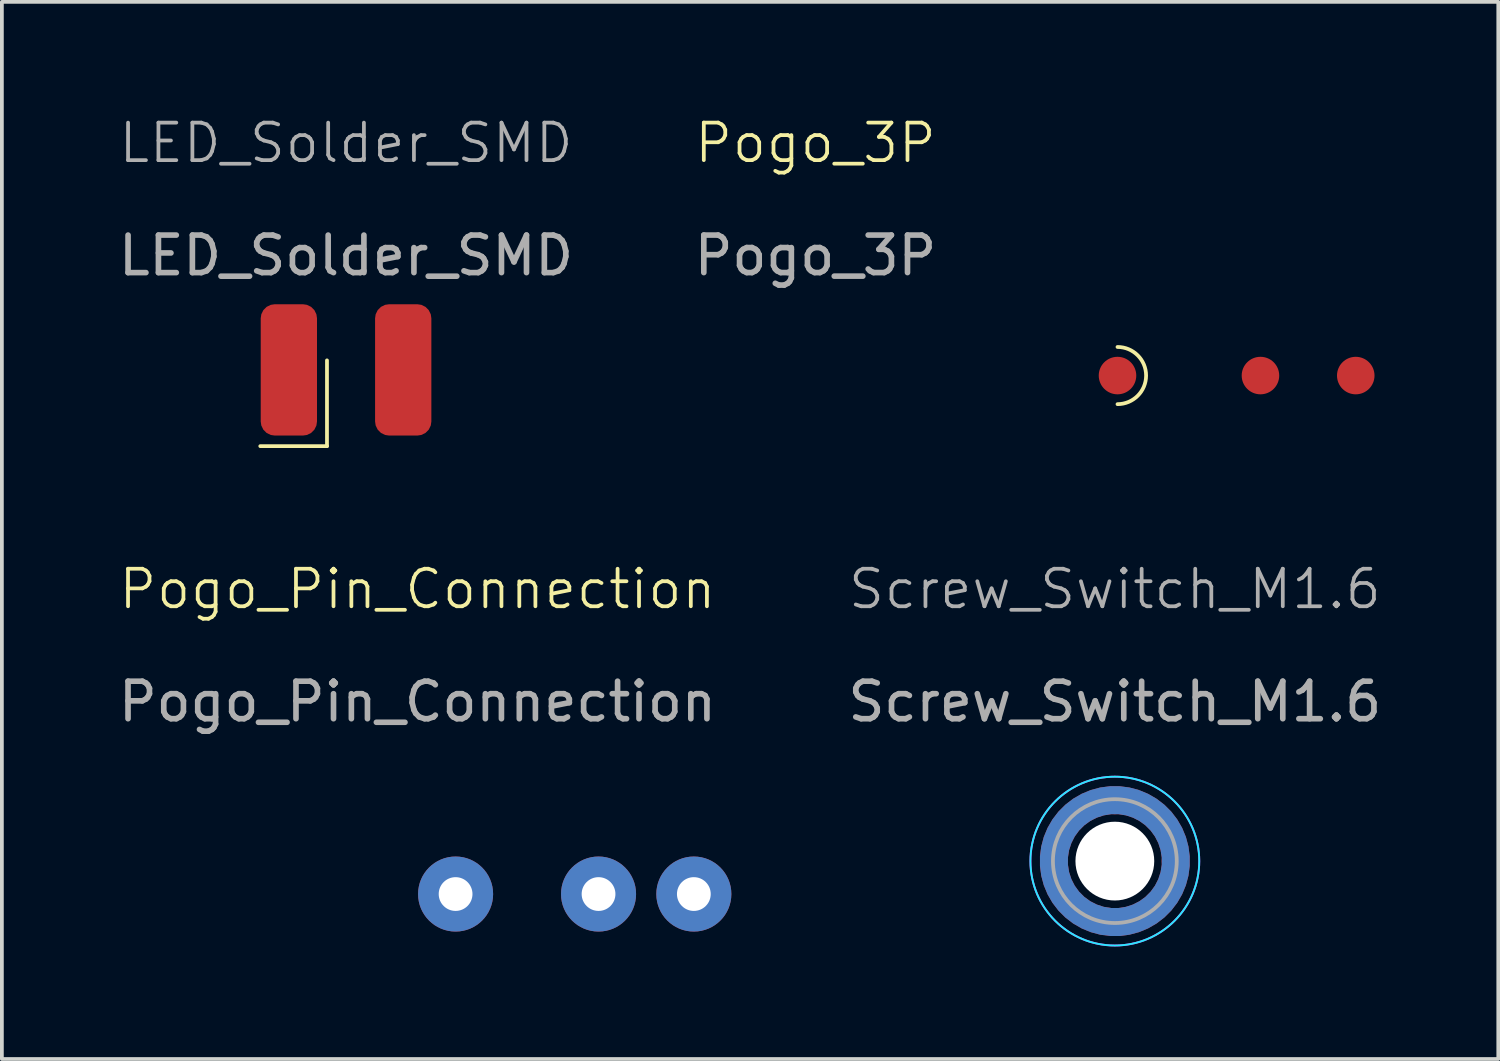
<source format=kicad_pcb>
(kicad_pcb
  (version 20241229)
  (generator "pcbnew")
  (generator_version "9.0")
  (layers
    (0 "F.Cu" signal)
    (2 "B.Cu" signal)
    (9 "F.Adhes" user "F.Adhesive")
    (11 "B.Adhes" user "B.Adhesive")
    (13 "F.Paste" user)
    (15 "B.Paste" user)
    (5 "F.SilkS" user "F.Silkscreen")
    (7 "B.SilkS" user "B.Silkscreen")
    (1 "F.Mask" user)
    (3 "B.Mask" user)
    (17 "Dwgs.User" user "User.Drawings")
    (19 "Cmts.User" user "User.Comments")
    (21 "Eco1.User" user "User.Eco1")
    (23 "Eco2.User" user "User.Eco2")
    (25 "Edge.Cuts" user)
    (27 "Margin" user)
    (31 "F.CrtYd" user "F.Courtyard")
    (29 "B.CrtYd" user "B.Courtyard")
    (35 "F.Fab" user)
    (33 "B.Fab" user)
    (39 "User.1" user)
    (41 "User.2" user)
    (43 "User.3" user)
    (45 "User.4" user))
  (footprint "LED_Solder_SMD"
    (layer "F.Cu")
    (at 4.649 6.809)
    (property "Reference" "LED_Solder_SMD" (at 1.524 -6.048 0) (unlocked yes) (layer "F.Fab") (effects (font (size 1 1) (thickness 0.1))))
    (attr smd)
    (fp_line (start -0.762 2.032) (end 1.016 2.032) (stroke (width 0.1) (type default)) (layer "F.SilkS"))
    (fp_line (start 1.016 2.032) (end 1.016 -0.254) (stroke (width 0.1) (type default)) (layer "F.SilkS"))
    (fp_text user "${REFERENCE}" (at 1.524 -3.048 0) (unlocked yes) (layer "F.Fab") (effects (font (size 1 1) (thickness 0.15))))
    (pad "1" smd roundrect (at 0 0 180) (size 1.5 3.5) (layers "F.Cu" "F.Mask") (roundrect_rratio 0.25))
    (pad "2" smd roundrect (at 3.048 0 180) (size 1.5 3.5) (layers "F.Cu" "F.Mask") (roundrect_rratio 0.25)))
  (footprint "Screw_Switch_M1.6"
    (layer "F.Cu")
    (at 26.664 19.901)
    (property "Reference" "Screw_Switch_M1.6" (at 0 -7.25 0) (unlocked yes) (layer "F.Fab") (effects (font (size 1 1) (thickness 0.1))))
    (attr through_hole)
    (fp_circle (center 0 0) (end 2.25 0) (stroke (width 0.05) (type default)) (fill no) (layer "B.CrtYd"))
    (fp_circle (center 0 0) (end 2.25 0) (stroke (width 0.05) (type solid)) (fill no) (layer "F.CrtYd"))
    (fp_circle (center 0 0) (end 1.65 0) (stroke (width 0.1) (type solid)) (fill no) (layer "F.Fab"))
    (fp_text user "${REFERENCE}" (at 0 -4.25 0) (unlocked yes) (layer "F.Fab") (effects (font (size 1 1) (thickness 0.15))))
    (pad "" smd custom (at -1.061 -1.061 180) (size 0.4 0.4) (layers "F.Paste") (options (anchor circle)) (primitives (gr_arc (start 0.61266 -0.76066) (mid 0.142171 0.140671) (end -0.758572 0.612284) (width 0.2)) (gr_line (start 0.307 -0.761) (end 0.714 -0.761) (width 0.2)) (gr_line (start -0.759 0.307) (end -0.761 0.717) (width 0.2)) (gr_arc (start 0.714164 -0.76066) (mid 0.212264 0.212) (end -0.760292 0.714102) (width 0.2)) (gr_arc (start 0.510963 -0.76066) (mid 0.071561 0.06986) (end -0.758297 0.51051) (width 0.2)) (gr_arc (start 0.409034 -0.76066) (mid 0.000242 -0.000241) (end -0.759991 0.408897) (width 0.2)) (gr_arc (start 0.306819 -0.76066) (mid -0.070255 -0.071167) (end -0.759401 0.306542) (width 0.2))))
    (pad "" smd custom (at -1.061 1.061 270) (size 0.4 0.4) (layers "F.Paste") (options (anchor circle)) (primitives (gr_arc (start 0.61266 -0.76066) (mid 0.142171 0.140671) (end -0.758572 0.612284) (width 0.2)) (gr_line (start 0.307 -0.761) (end 0.714 -0.761) (width 0.2)) (gr_line (start -0.759 0.307) (end -0.761 0.717) (width 0.2)) (gr_arc (start 0.714164 -0.76066) (mid 0.212264 0.212) (end -0.760292 0.714102) (width 0.2)) (gr_arc (start 0.510963 -0.76066) (mid 0.071561 0.06986) (end -0.758297 0.51051) (width 0.2)) (gr_arc (start 0.409034 -0.76066) (mid 0.000242 -0.000241) (end -0.759991 0.408897) (width 0.2)) (gr_arc (start 0.306819 -0.76066) (mid -0.070255 -0.071167) (end -0.759401 0.306542) (width 0.2))))
    (pad "" np_thru_hole circle (at 0 0) (size 2.1 2.1) (drill 2.1) (layers "*.Cu" "*.Mask"))
    (pad "" smd custom (at 1.061 -1.061 90) (size 0.4 0.4) (layers "F.Paste") (options (anchor circle)) (primitives (gr_arc (start 0.61266 -0.76066) (mid 0.142171 0.140671) (end -0.758572 0.612284) (width 0.2)) (gr_line (start 0.307 -0.761) (end 0.714 -0.761) (width 0.2)) (gr_line (start -0.759 0.307) (end -0.761 0.717) (width 0.2)) (gr_arc (start 0.714164 -0.76066) (mid 0.212264 0.212) (end -0.760292 0.714102) (width 0.2)) (gr_arc (start 0.510963 -0.76066) (mid 0.071561 0.06986) (end -0.758297 0.51051) (width 0.2)) (gr_arc (start 0.409034 -0.76066) (mid 0.000242 -0.000241) (end -0.759991 0.408897) (width 0.2)) (gr_arc (start 0.306819 -0.76066) (mid -0.070255 -0.071167) (end -0.759401 0.306542) (width 0.2))))
    (pad "" smd custom (at 1.061 1.061) (size 0.4 0.4) (layers "F.Paste") (options (anchor circle)) (primitives (gr_arc (start 0.61266 -0.76066) (mid 0.142171 0.140671) (end -0.758572 0.612284) (width 0.2)) (gr_line (start 0.307 -0.761) (end 0.714 -0.761) (width 0.2)) (gr_line (start -0.759 0.307) (end -0.761 0.717) (width 0.2)) (gr_arc (start 0.714164 -0.76066) (mid 0.212264 0.212) (end -0.760292 0.714102) (width 0.2)) (gr_arc (start 0.510963 -0.76066) (mid 0.071561 0.06986) (end -0.758297 0.51051) (width 0.2)) (gr_arc (start 0.409034 -0.76066) (mid 0.000242 -0.000241) (end -0.759991 0.408897) (width 0.2)) (gr_arc (start 0.306819 -0.76066) (mid -0.070255 -0.071167) (end -0.759401 0.306542) (width 0.2))))
    (pad "1" smd circle (at -1.525 0) (size 0.55 0.55) (layers "F.Cu"))
    (pad "1" smd circle (at 0 -1.525) (size 0.55 0.55) (layers "F.Cu"))
    (pad "1" smd circle (at 0 1.525) (size 0.55 0.55) (layers "F.Cu"))
    (pad "1" smd circle (at 1.525 0) (size 0.55 0.55) (layers "F.Cu"))
    (pad "1" smd custom (at 1.525 0) (size 0.55 0.55) (layers "F.Cu" "F.Mask") (options (anchor circle)) (primitives (gr_circle (center -1.525 0) (end 0.1 0) (width 0.75) (fill no))))
    (pad "2" smd custom (at -1.1 -1.1 180) (size 0.4 0.4) (layers "B.Cu" "B.Mask" "B.Paste") (options (anchor circle)) (primitives (gr_arc (start 0.61266 -0.76066) (mid 0.142171 0.140671) (end -0.758572 0.612284) (width 0.2)) (gr_line (start 0.307 -0.761) (end 0.714 -0.761) (width 0.2)) (gr_line (start -0.759 0.307) (end -0.761 0.717) (width 0.2)) (gr_arc (start 0.714164 -0.76066) (mid 0.212264 0.212) (end -0.760292 0.714102) (width 0.2)) (gr_arc (start 0.510963 -0.76066) (mid 0.071561 0.06986) (end -0.758297 0.51051) (width 0.2)) (gr_arc (start 0.409034 -0.76066) (mid 0.000242 -0.000241) (end -0.759991 0.408897) (width 0.2)) (gr_arc (start 0.306819 -0.76066) (mid -0.070255 -0.071167) (end -0.759401 0.306542) (width 0.2))))
    (pad "2" smd custom (at -1.1 1.05 270) (size 0.4 0.4) (layers "B.Cu" "B.Mask" "B.Paste") (options (anchor circle)) (primitives (gr_arc (start 0.61266 -0.76066) (mid 0.142171 0.140671) (end -0.758572 0.612284) (width 0.2)) (gr_line (start 0.307 -0.761) (end 0.714 -0.761) (width 0.2)) (gr_line (start -0.759 0.307) (end -0.761 0.717) (width 0.2)) (gr_arc (start 0.714164 -0.76066) (mid 0.212264 0.212) (end -0.760292 0.714102) (width 0.2)) (gr_arc (start 0.510963 -0.76066) (mid 0.071561 0.06986) (end -0.758297 0.51051) (width 0.2)) (gr_arc (start 0.409034 -0.76066) (mid 0.000242 -0.000241) (end -0.759991 0.408897) (width 0.2)) (gr_arc (start 0.306819 -0.76066) (mid -0.070255 -0.071167) (end -0.759401 0.306542) (width 0.2))))
    (pad "2" smd custom (at 1.05 1.05) (size 0.4 0.4) (layers "B.Cu" "B.Mask" "B.Paste") (options (anchor circle)) (primitives (gr_arc (start 0.61266 -0.76066) (mid 0.142171 0.140671) (end -0.758572 0.612284) (width 0.2)) (gr_line (start 0.307 -0.761) (end 0.714 -0.761) (width 0.2)) (gr_line (start -0.759 0.307) (end -0.761 0.717) (width 0.2)) (gr_arc (start 0.714164 -0.76066) (mid 0.212264 0.212) (end -0.760292 0.714102) (width 0.2)) (gr_arc (start 0.510963 -0.76066) (mid 0.071561 0.06986) (end -0.758297 0.51051) (width 0.2)) (gr_arc (start 0.409034 -0.76066) (mid 0.000242 -0.000241) (end -0.759991 0.408897) (width 0.2)) (gr_arc (start 0.306819 -0.76066) (mid -0.070255 -0.071167) (end -0.759401 0.306542) (width 0.2))))
    (pad "2" smd custom (at 1.1 -1.1 90) (size 0.4 0.4) (layers "B.Cu" "B.Mask" "B.Paste") (options (anchor circle)) (primitives (gr_arc (start 0.61266 -0.76066) (mid 0.142171 0.140671) (end -0.758572 0.612284) (width 0.2)) (gr_line (start 0.307 -0.761) (end 0.714 -0.761) (width 0.2)) (gr_line (start -0.759 0.307) (end -0.761 0.717) (width 0.2)) (gr_arc (start 0.714164 -0.76066) (mid 0.212264 0.212) (end -0.760292 0.714102) (width 0.2)) (gr_arc (start 0.510963 -0.76066) (mid 0.071561 0.06986) (end -0.758297 0.51051) (width 0.2)) (gr_arc (start 0.409034 -0.76066) (mid 0.000242 -0.000241) (end -0.759991 0.408897) (width 0.2)) (gr_arc (start 0.306819 -0.76066) (mid -0.070255 -0.071167) (end -0.759401 0.306542) (width 0.2))))
    (pad "2" smd custom (at 1.525 0 180) (size 0.55 0.55) (layers "B.Cu") (options (anchor circle)) (primitives (gr_circle (center 1.525 0) (end -0.1 0) (width 0.75) (fill no)))))
  (footprint "Pogo_3P"
    (layer "F.Cu")
    (at 26.735 6.96)
    (property "Reference" "Pogo_3P" (at -8.05 -6.2 0) (unlocked yes) (layer "F.SilkS") (effects (font (size 1 1) (thickness 0.1))))
    (attr smd)
    (fp_arc (start 0 -0.762) (mid 0.762 0) (end 0 0.762) (stroke (width 0.1) (type default)) (layer "F.SilkS"))
    (fp_text user "${REFERENCE}" (at -8.05 -3.2 0) (unlocked yes) (layer "F.Fab") (effects (font (size 1 1) (thickness 0.15))))
    (pad "1" smd circle (at 0 0 180) (size 1 1) (layers "F.Cu" "F.Mask"))
    (pad "2" smd circle (at 3.81 0 180) (size 1 1) (layers "F.Cu" "F.Mask"))
    (pad "3" smd circle (at 6.35 0 180) (size 1 1) (layers "F.Cu" "F.Mask")))
  (footprint "Pogo_Pin_Connection"
    (layer "F.Cu")
    (at 9.093 20.779)
    (property "Reference" "Pogo_Pin_Connection" (at -1.016 -8.128 0) (unlocked yes) (layer "F.SilkS") (effects (font (size 1 1) (thickness 0.1))))
    (attr smd)
    (fp_text user "${REFERENCE}" (at -1.016 -5.128 0) (unlocked yes) (layer "F.Fab") (effects (font (size 1 1) (thickness 0.15))))
    (pad "1" thru_hole circle (at 0 0 180) (size 2 2) (drill 0.9) (layers "*.Cu" "*.Mask"))
    (pad "2" thru_hole circle (at 3.81 0 180) (size 2 2) (drill 0.9) (layers "*.Cu" "*.Mask"))
    (pad "3" thru_hole circle (at 6.35 0 180) (size 2 2) (drill 0.9) (layers "*.Cu" "*.Mask")))
  (gr_rect
    (start -3 -3)
    (end 36.884 25.176)
    (stroke (width 0.1) (type default))
    (fill no)
    (layer "Edge.Cuts")))
</source>
